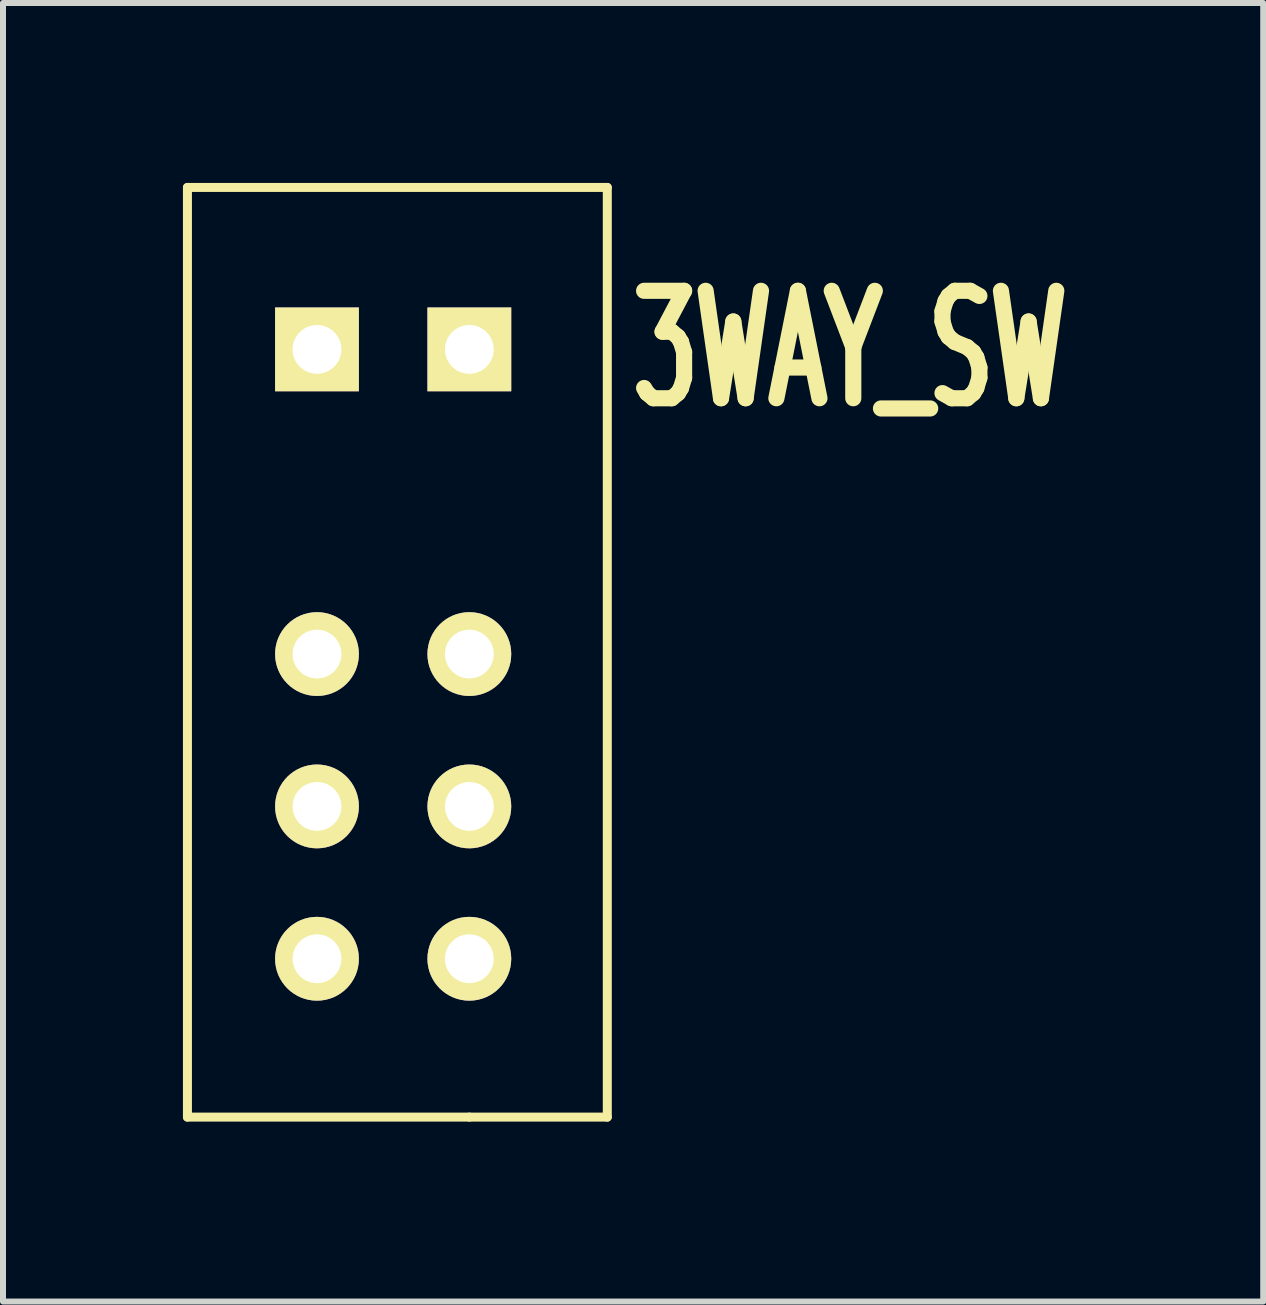
<source format=kicad_pcb>
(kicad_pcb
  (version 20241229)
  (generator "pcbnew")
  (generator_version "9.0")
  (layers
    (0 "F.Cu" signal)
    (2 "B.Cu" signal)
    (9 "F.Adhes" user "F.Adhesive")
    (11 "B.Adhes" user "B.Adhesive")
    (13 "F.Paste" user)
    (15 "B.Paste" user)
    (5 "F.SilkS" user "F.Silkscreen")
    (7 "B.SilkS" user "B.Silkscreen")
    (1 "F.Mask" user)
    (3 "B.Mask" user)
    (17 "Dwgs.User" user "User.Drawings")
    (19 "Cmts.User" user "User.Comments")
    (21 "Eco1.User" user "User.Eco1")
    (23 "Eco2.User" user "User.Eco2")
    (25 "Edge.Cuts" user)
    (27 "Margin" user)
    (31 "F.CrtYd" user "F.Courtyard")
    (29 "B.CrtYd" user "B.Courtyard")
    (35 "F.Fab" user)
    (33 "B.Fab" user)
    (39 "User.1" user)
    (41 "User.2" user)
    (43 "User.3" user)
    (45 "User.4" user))
  (footprint "3WAY_SW"
    (layer "F.Cu")
    (at 2.275 2.775)
    (property "Reference" "3WAY_SW" (at 8.85 0 0) (layer "F.SilkS") (effects (font (size 1.791 1.077) (thickness 0.269))))
    (attr through_hole)
    (fp_line (start -2.2 -2.7) (end -2.2 12.8) (stroke (width 0.15) (type solid)) (layer "F.SilkS"))
    (fp_line (start -2.2 -2.7) (end 4.8 -2.7) (stroke (width 0.15) (type solid)) (layer "F.SilkS"))
    (fp_line (start -2.2 12.8) (end 2.5 12.8) (stroke (width 0.15) (type solid)) (layer "F.SilkS"))
    (fp_line (start 2.5 12.8) (end 4.8 12.8) (stroke (width 0.15) (type solid)) (layer "F.SilkS"))
    (fp_line (start 4.8 -2.7) (end 4.8 12.8) (stroke (width 0.15) (type solid)) (layer "F.SilkS"))
    (pad "1" thru_hole rect (at -0.04 0) (size 1.397 1.397) (drill 0.813) (layers "*.Cu" "*.Mask" "F.SilkS"))
    (pad "1" thru_hole rect (at 2.5 0) (size 1.397 1.397) (drill 0.813) (layers "*.Cu" "*.Mask" "F.SilkS"))
    (pad "2" thru_hole circle (at -0.04 5.08) (size 1.397 1.397) (drill 0.813) (layers "*.Cu" "*.Mask" "F.SilkS"))
    (pad "2" thru_hole circle (at 2.5 5.08) (size 1.397 1.397) (drill 0.813) (layers "*.Cu" "*.Mask" "F.SilkS"))
    (pad "3" thru_hole circle (at -0.04 7.62) (size 1.397 1.397) (drill 0.813) (layers "*.Cu" "*.Mask" "F.SilkS"))
    (pad "3" thru_hole circle (at 2.5 7.62) (size 1.397 1.397) (drill 0.813) (layers "*.Cu" "*.Mask" "F.SilkS"))
    (pad "4" thru_hole circle (at -0.04 10.16) (size 1.397 1.397) (drill 0.813) (layers "*.Cu" "*.Mask" "F.SilkS"))
    (pad "4" thru_hole circle (at 2.5 10.16) (size 1.397 1.397) (drill 0.813) (layers "*.Cu" "*.Mask" "F.SilkS")))
  (gr_rect
    (start -3 -3)
    (end 18.011 18.65)
    (stroke (width 0.1) (type default))
    (fill no)
    (layer "Edge.Cuts")))
</source>
